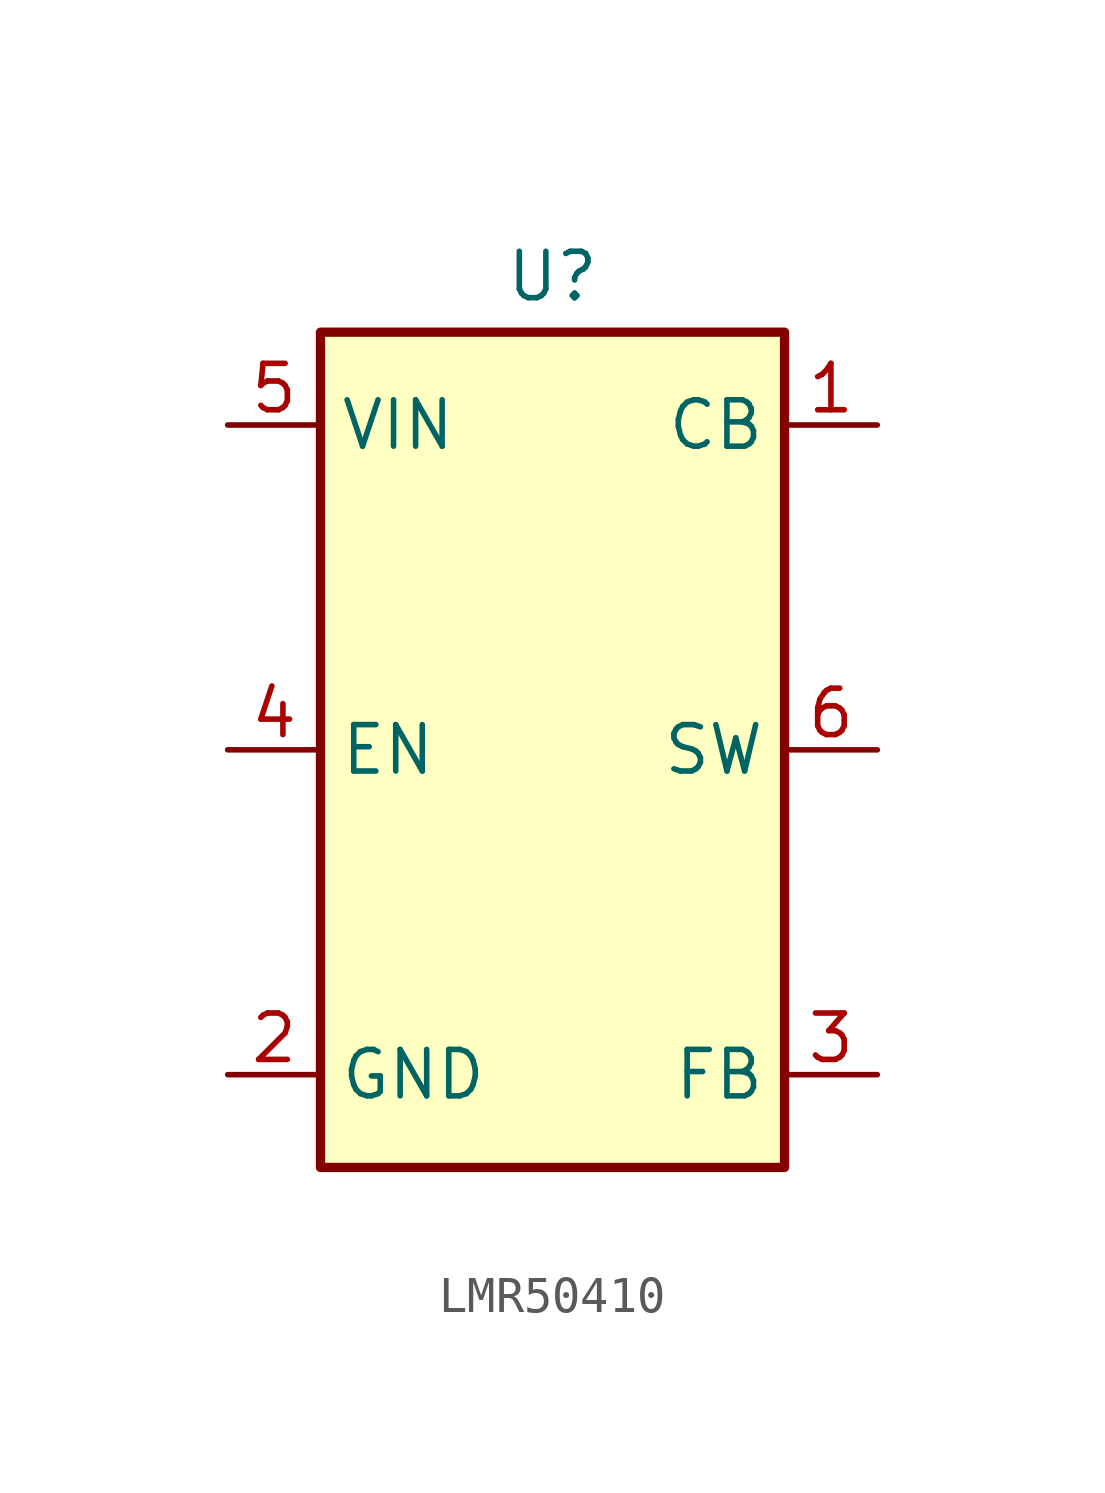
<source format=kicad_sym>
(kicad_symbol_lib
  (version 20231120)
  (generator "kicad_symbol_editor")
  (generator_version "8.0")
  (symbol "LMR50410"
    (property "Reference" "U"
      (at 0 12.954 0)
      (effects (font (size 1.27 1.27))))
    (property "Value" ""
      (at 0 0 0)
      (effects (font (size 1.27 1.27))))
    (symbol "LMR50410_1_1"
      (rectangle (start -6.35 11.43) (end 6.35 -11.43) (stroke (width 0.254) (type default)) (fill (type background)))
      (pin passive line (at 8.89 8.89 180) (length 2.54) (name "CB" (effects (font (size 1.27 1.27)))) (number "1" (effects (font (size 1.27 1.27)))))
      (pin power_in line (at -8.89 -8.89 0) (length 2.54) (name "GND" (effects (font (size 1.27 1.27)))) (number "2" (effects (font (size 1.27 1.27)))))
      (pin passive line (at 8.89 -8.89 180) (length 2.54) (name "FB" (effects (font (size 1.27 1.27)))) (number "3" (effects (font (size 1.27 1.27)))))
      (pin passive line (at -8.89 0 0) (length 2.54) (name "EN" (effects (font (size 1.27 1.27)))) (number "4" (effects (font (size 1.27 1.27)))))
      (pin power_in line (at -8.89 8.89 0) (length 2.54) (name "VIN" (effects (font (size 1.27 1.27)))) (number "5" (effects (font (size 1.27 1.27)))))
      (pin power_out line (at 8.89 0 180) (length 2.54) (name "SW" (effects (font (size 1.27 1.27)))) (number "6" (effects (font (size 1.27 1.27))))))))
</source>
